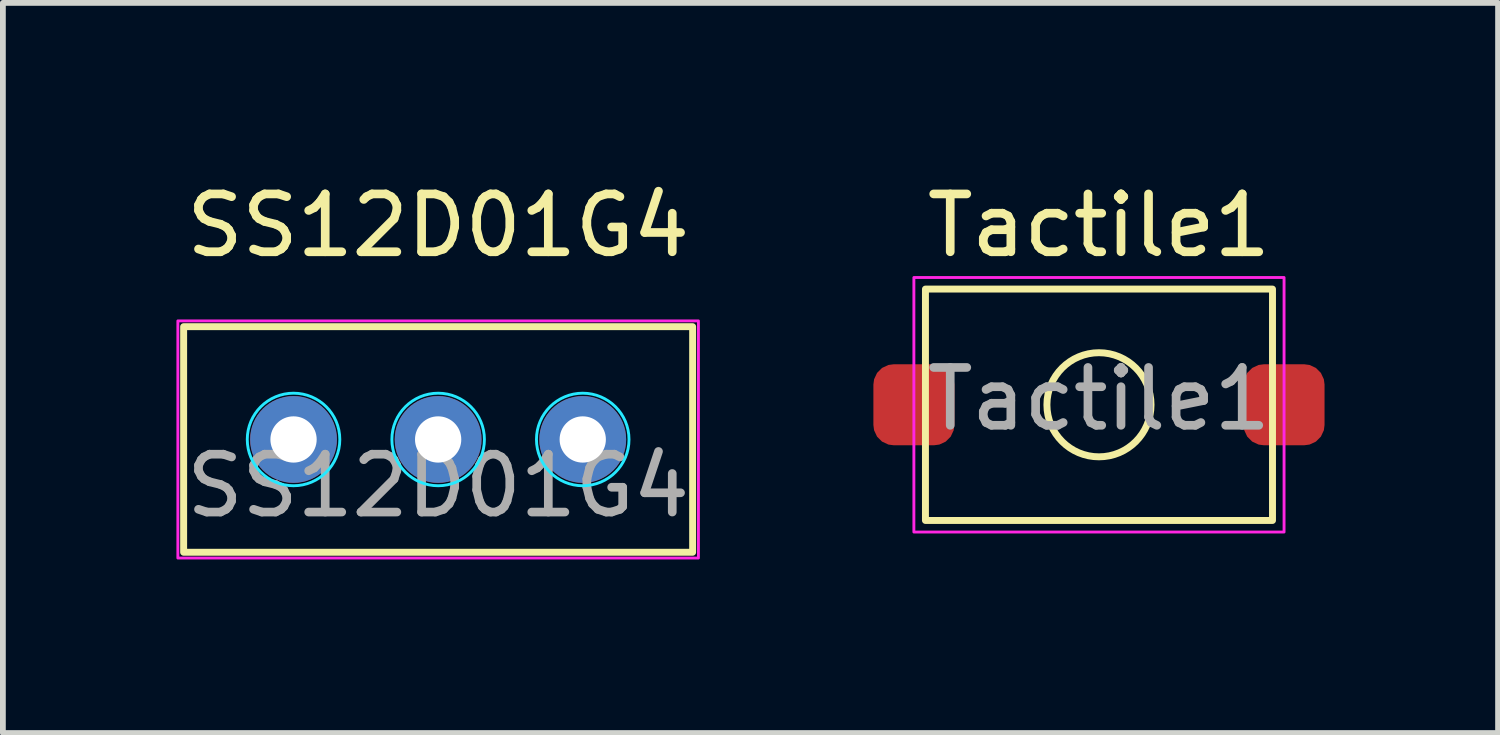
<source format=kicad_pcb>
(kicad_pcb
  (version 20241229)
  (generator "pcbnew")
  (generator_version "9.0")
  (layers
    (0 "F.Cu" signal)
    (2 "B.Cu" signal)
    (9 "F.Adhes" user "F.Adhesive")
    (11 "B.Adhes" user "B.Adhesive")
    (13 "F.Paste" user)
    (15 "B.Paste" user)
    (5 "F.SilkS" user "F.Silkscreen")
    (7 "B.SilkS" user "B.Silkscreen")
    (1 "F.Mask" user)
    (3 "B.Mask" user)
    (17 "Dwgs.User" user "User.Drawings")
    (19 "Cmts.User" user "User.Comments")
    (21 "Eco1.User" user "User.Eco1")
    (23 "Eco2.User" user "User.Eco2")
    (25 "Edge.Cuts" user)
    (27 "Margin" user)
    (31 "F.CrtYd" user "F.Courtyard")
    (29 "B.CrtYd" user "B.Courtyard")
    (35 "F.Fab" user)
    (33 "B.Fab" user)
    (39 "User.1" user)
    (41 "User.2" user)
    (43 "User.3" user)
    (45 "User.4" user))
  (footprint "Tactile1"
    (layer "F.Cu")
    (at 15.95 3.948)
    (property "Reference" "Tactile1" (at 0 -3.1 0) (unlocked yes) (layer "F.SilkS") (effects (font (size 1 1) (thickness 0.15))))
    (attr smd)
    (fp_rect (start -3 -2) (end 3 2) (stroke (width 0.12) (type default)) (fill no) (layer "F.SilkS"))
    (fp_circle (center 0 0) (end 0.9 0) (stroke (width 0.12) (type default)) (fill no) (layer "F.SilkS"))
    (fp_rect (start -3.2 -2.2) (end 3.2 2.2) (stroke (width 0.05) (type default)) (fill no) (layer "F.CrtYd"))
    (fp_text user "${REFERENCE}" (at 0 -0.1 0) (unlocked yes) (layer "F.Fab") (effects (font (size 1 1) (thickness 0.15))))
    (pad "1" smd roundrect (at -3.2 0) (size 1.4 1.4) (layers "F.Cu" "F.Mask" "F.Paste") (roundrect_rratio 0.25))
    (pad "2" smd roundrect (at 3.2 0) (size 1.4 1.4) (layers "F.Cu" "F.Mask" "F.Paste") (roundrect_rratio 0.25)))
  (footprint "SS12D01G4"
    (layer "F.Cu")
    (at 4.525 4.548)
    (property "Reference" "SS12D01G4" (at 0 -3.7 0) (unlocked yes) (layer "F.SilkS") (effects (font (size 1 1) (thickness 0.15))))
    (attr through_hole)
    (fp_rect (start 4.4 -1.95) (end -4.4 1.95) (stroke (width 0.12) (type default)) (fill no) (layer "F.SilkS"))
    (fp_circle (center -2.5 0) (end -1.7 0) (stroke (width 0.05) (type default)) (fill no) (layer "B.CrtYd"))
    (fp_circle (center 0 0) (end -0.8 0) (stroke (width 0.05) (type default)) (fill no) (layer "B.CrtYd"))
    (fp_circle (center 2.5 0) (end 1.7 0) (stroke (width 0.05) (type default)) (fill no) (layer "B.CrtYd"))
    (fp_rect (start -4.5 -2.05) (end 4.5 2.05) (stroke (width 0.05) (type default)) (fill no) (layer "F.CrtYd"))
    (fp_text user "${REFERENCE}" (at 0 0.8 0) (unlocked yes) (layer "F.Fab") (effects (font (size 1 1) (thickness 0.15))))
    (pad "1" thru_hole circle (at -2.5 0) (size 1.5 1.5) (drill 0.8) (layers "*.Cu" "*.Mask"))
    (pad "2" thru_hole circle (at 0 0) (size 1.5 1.5) (drill 0.8) (layers "*.Cu" "*.Mask"))
    (pad "3" thru_hole circle (at 2.5 0) (size 1.5 1.5) (drill 0.8) (layers "*.Cu" "*.Mask")))
  (gr_rect
    (start -3 -3)
    (end 22.85 9.623)
    (stroke (width 0.1) (type default))
    (fill no)
    (layer "Edge.Cuts")))
</source>
